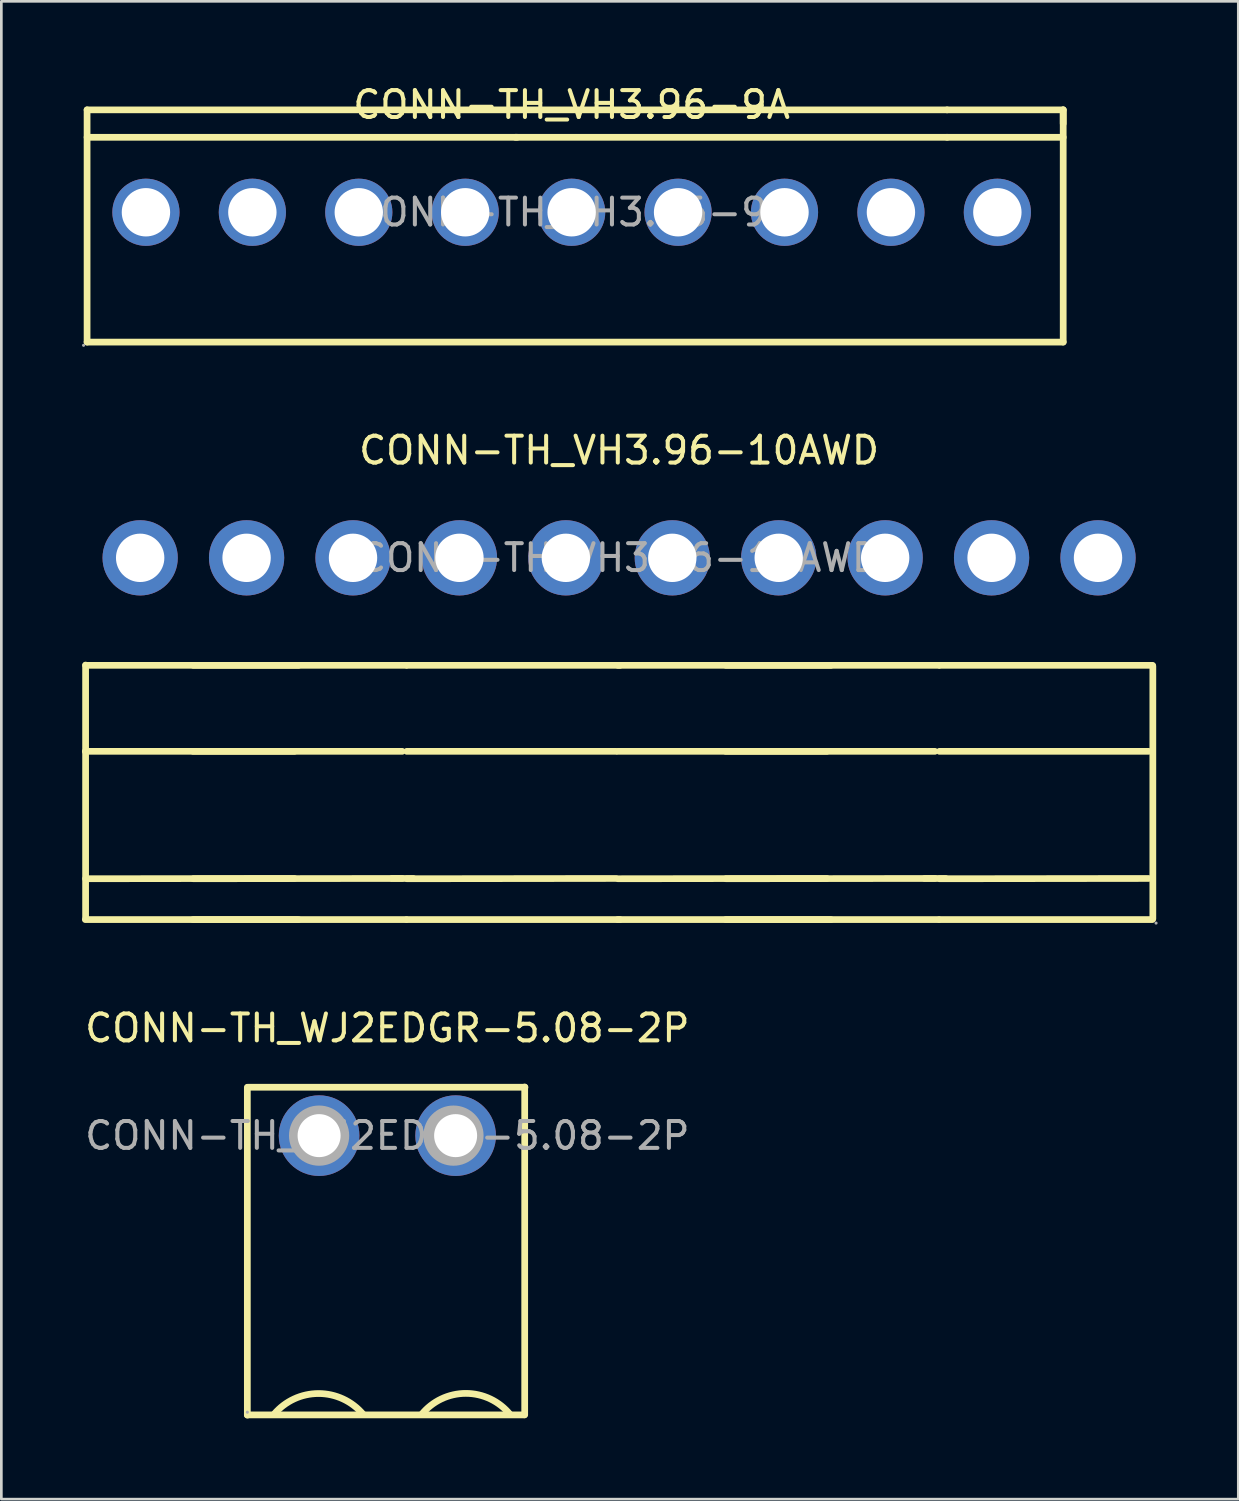
<source format=kicad_pcb>
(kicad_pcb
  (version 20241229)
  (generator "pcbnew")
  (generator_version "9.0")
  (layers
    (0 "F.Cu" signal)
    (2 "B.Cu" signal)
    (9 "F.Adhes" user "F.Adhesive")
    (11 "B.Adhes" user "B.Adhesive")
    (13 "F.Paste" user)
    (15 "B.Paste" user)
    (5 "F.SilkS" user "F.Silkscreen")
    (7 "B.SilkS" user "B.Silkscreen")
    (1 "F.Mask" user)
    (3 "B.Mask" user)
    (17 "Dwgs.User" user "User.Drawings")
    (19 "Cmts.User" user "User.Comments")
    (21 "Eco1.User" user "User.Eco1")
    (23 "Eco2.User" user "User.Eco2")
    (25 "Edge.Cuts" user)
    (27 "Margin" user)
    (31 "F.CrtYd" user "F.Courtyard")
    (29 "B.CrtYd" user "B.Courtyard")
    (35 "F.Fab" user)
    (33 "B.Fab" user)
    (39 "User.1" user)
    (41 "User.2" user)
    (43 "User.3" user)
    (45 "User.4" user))
  (footprint "CONN-TH_VH3.96-10AWD"
    (layer "F.Cu")
    (at 19.985 17.706)
    (property "Reference" "CONN-TH_VH3.96-10AWD" (at 0 -4 0) (layer "F.SilkS") (effects (font (size 1 1) (thickness 0.15))))
    (attr through_hole)
    (fp_line (start -19.86 13.46) (end -11.93 13.46) (stroke (width 0.25) (type solid)) (layer "F.SilkS"))
    (fp_line (start -19.85 13.39) (end -19.85 3.99) (stroke (width 0.25) (type solid)) (layer "F.SilkS"))
    (fp_line (start -15.85 13.46) (end -7.92 13.46) (stroke (width 0.25) (type solid)) (layer "F.SilkS"))
    (fp_line (start -12.08 7.2) (end -19.86 7.2) (stroke (width 0.25) (type solid)) (layer "F.SilkS"))
    (fp_line (start -12.08 11.93) (end -19.85 11.94) (stroke (width 0.25) (type solid)) (layer "F.SilkS"))
    (fp_line (start -11.93 4) (end -19.85 4) (stroke (width 0.25) (type solid)) (layer "F.SilkS"))
    (fp_line (start -8.45 11.93) (end -7.66 11.93) (stroke (width 0.25) (type solid)) (layer "F.SilkS"))
    (fp_line (start -8.07 7.2) (end -15.85 7.2) (stroke (width 0.25) (type solid)) (layer "F.SilkS"))
    (fp_line (start -8.07 11.93) (end -15.84 11.94) (stroke (width 0.25) (type solid)) (layer "F.SilkS"))
    (fp_line (start -7.92 4) (end -15.84 4) (stroke (width 0.25) (type solid)) (layer "F.SilkS"))
    (fp_line (start -7.9 13.46) (end 0.03 13.46) (stroke (width 0.25) (type solid)) (layer "F.SilkS"))
    (fp_line (start -0.12 7.2) (end -7.9 7.2) (stroke (width 0.25) (type solid)) (layer "F.SilkS"))
    (fp_line (start -0.12 11.93) (end -7.89 11.94) (stroke (width 0.25) (type solid)) (layer "F.SilkS"))
    (fp_line (start -0.05 13.46) (end 7.88 13.46) (stroke (width 0.25) (type solid)) (layer "F.SilkS"))
    (fp_line (start 0.03 4) (end -7.89 4) (stroke (width 0.25) (type solid)) (layer "F.SilkS"))
    (fp_line (start 3.97 13.46) (end 11.89 13.46) (stroke (width 0.25) (type solid)) (layer "F.SilkS"))
    (fp_line (start 7.73 7.2) (end -0.05 7.2) (stroke (width 0.25) (type solid)) (layer "F.SilkS"))
    (fp_line (start 7.73 11.93) (end -0.04 11.94) (stroke (width 0.25) (type solid)) (layer "F.SilkS"))
    (fp_line (start 7.88 4) (end -0.04 4) (stroke (width 0.25) (type solid)) (layer "F.SilkS"))
    (fp_line (start 11.37 11.93) (end 12.15 11.93) (stroke (width 0.25) (type solid)) (layer "F.SilkS"))
    (fp_line (start 11.75 7.2) (end 3.97 7.2) (stroke (width 0.25) (type solid)) (layer "F.SilkS"))
    (fp_line (start 11.75 11.93) (end 3.98 11.94) (stroke (width 0.25) (type solid)) (layer "F.SilkS"))
    (fp_line (start 11.9 4) (end 3.98 4) (stroke (width 0.25) (type solid)) (layer "F.SilkS"))
    (fp_line (start 11.92 13.46) (end 19.84 13.46) (stroke (width 0.25) (type solid)) (layer "F.SilkS"))
    (fp_line (start 19.7 7.2) (end 11.92 7.2) (stroke (width 0.25) (type solid)) (layer "F.SilkS"))
    (fp_line (start 19.7 11.93) (end 11.93 11.94) (stroke (width 0.25) (type solid)) (layer "F.SilkS"))
    (fp_line (start 19.85 4) (end 11.93 4) (stroke (width 0.25) (type solid)) (layer "F.SilkS"))
    (fp_line (start 19.86 13.43) (end 19.86 4.03) (stroke (width 0.25) (type solid)) (layer "F.SilkS"))
    (fp_circle (center -17.82 0) (end -17.42 0) (stroke (width 0.8) (type solid)) (fill no) (layer "F.Fab"))
    (fp_circle (center -13.86 0) (end -13.46 0) (stroke (width 0.8) (type solid)) (fill no) (layer "F.Fab"))
    (fp_circle (center -9.9 0) (end -9.5 0) (stroke (width 0.8) (type solid)) (fill no) (layer "F.Fab"))
    (fp_circle (center -5.94 0) (end -5.54 0) (stroke (width 0.8) (type solid)) (fill no) (layer "F.Fab"))
    (fp_circle (center -1.98 0) (end -1.58 0) (stroke (width 0.8) (type solid)) (fill no) (layer "F.Fab"))
    (fp_circle (center 1.98 0) (end 2.38 0) (stroke (width 0.8) (type solid)) (fill no) (layer "F.Fab"))
    (fp_circle (center 5.94 0) (end 6.34 0) (stroke (width 0.8) (type solid)) (fill no) (layer "F.Fab"))
    (fp_circle (center 9.9 0) (end 10.3 0) (stroke (width 0.8) (type solid)) (fill no) (layer "F.Fab"))
    (fp_circle (center 13.86 0) (end 14.26 0) (stroke (width 0.8) (type solid)) (fill no) (layer "F.Fab"))
    (fp_circle (center 17.82 0) (end 18.22 0) (stroke (width 0.8) (type solid)) (fill no) (layer "F.Fab"))
    (fp_circle (center 19.98 13.59) (end 20.01 13.59) (stroke (width 0.06) (type solid)) (fill no) (layer "F.Fab"))
    (fp_text user "${REFERENCE}" (at 0 0 0) (layer "F.Fab") (effects (font (size 1 1) (thickness 0.15))))
    (pad "1" thru_hole circle (at 17.82 0 180) (size 2.8 2.8) (drill 1.8) (layers "*.Cu" "*.Paste" "*.Mask"))
    (pad "2" thru_hole circle (at 13.86 0 180) (size 2.8 2.8) (drill 1.8) (layers "*.Cu" "*.Paste" "*.Mask"))
    (pad "3" thru_hole circle (at 9.9 0 180) (size 2.8 2.8) (drill 1.8) (layers "*.Cu" "*.Paste" "*.Mask"))
    (pad "4" thru_hole circle (at 5.94 0 180) (size 2.8 2.8) (drill 1.8) (layers "*.Cu" "*.Paste" "*.Mask"))
    (pad "5" thru_hole circle (at 1.98 0 180) (size 2.8 2.8) (drill 1.8) (layers "*.Cu" "*.Paste" "*.Mask"))
    (pad "6" thru_hole circle (at -1.98 0 180) (size 2.8 2.8) (drill 1.8) (layers "*.Cu" "*.Paste" "*.Mask"))
    (pad "7" thru_hole circle (at -5.94 0 180) (size 2.8 2.8) (drill 1.8) (layers "*.Cu" "*.Paste" "*.Mask"))
    (pad "8" thru_hole circle (at -9.9 0 180) (size 2.8 2.8) (drill 1.8) (layers "*.Cu" "*.Paste" "*.Mask"))
    (pad "9" thru_hole circle (at -13.86 0 180) (size 2.8 2.8) (drill 1.8) (layers "*.Cu" "*.Paste" "*.Mask"))
    (pad "10" thru_hole circle (at -17.82 0 180) (size 2.8 2.8) (drill 1.8) (layers "*.Cu" "*.Paste" "*.Mask")))
  (footprint "CONN-TH_WJ2EDGR-5.08-2P"
    (layer "F.Cu")
    (at 11.363 39.205)
    (property "Reference" "CONN-TH_WJ2EDGR-5.08-2P" (at 0 -4 0) (layer "F.SilkS") (effects (font (size 1 1) (thickness 0.15))))
    (attr through_hole)
    (fp_line (start -5.21 -1.8) (end -5.21 10.4) (stroke (width 0.25) (type solid)) (layer "F.SilkS"))
    (fp_line (start -5.21 10.39) (end 5.09 10.39) (stroke (width 0.25) (type solid)) (layer "F.SilkS"))
    (fp_line (start -5.18 -1.8) (end 5.12 -1.8) (stroke (width 0.25) (type solid)) (layer "F.SilkS"))
    (fp_line (start 5.11 -1.81) (end 5.11 10.39) (stroke (width 0.25) (type solid)) (layer "F.SilkS"))
    (fp_arc (start -4.210689 10.360812) (mid -2.560532 9.596091) (end -0.91 10.36) (stroke (width 0.25) (type solid)) (layer "F.SilkS"))
    (fp_arc (start 1.271119 10.378614) (mid 2.920891 9.590709) (end 4.57 10.38) (stroke (width 0.25) (type solid)) (layer "F.SilkS"))
    (fp_circle (center -5.21 10.29) (end -5.18 10.29) (stroke (width 0.06) (type solid)) (fill no) (layer "F.Fab"))
    (fp_circle (center -2.54 0) (end -2.17 0) (stroke (width 0.75) (type solid)) (fill no) (layer "F.Fab"))
    (fp_circle (center 2.46 0) (end 2.83 0) (stroke (width 0.75) (type solid)) (fill no) (layer "F.Fab"))
    (fp_text user "${REFERENCE}" (at 0 0 0) (layer "F.Fab") (effects (font (size 1 1) (thickness 0.15))))
    (pad "1" thru_hole circle (at -2.54 0) (size 3 3) (drill 1.6) (layers "*.Cu" "*.Paste" "*.Mask"))
    (pad "2" thru_hole circle (at 2.54 0) (size 3 3) (drill 1.6) (layers "*.Cu" "*.Paste" "*.Mask")))
  (footprint "CONN-TH_VH3.96-9A"
    (layer "F.Cu")
    (at 18.22 4.848)
    (property "Reference" "CONN-TH_VH3.96-9A" (at 0 -4 0) (layer "F.SilkS") (effects (font (size 1 1) (thickness 0.15))))
    (attr through_hole)
    (fp_line (start -18.03 -2.79) (end -2.03 -2.79) (stroke (width 0.25) (type solid)) (layer "F.SilkS"))
    (fp_line (start -18.03 4.83) (end -18.03 -3.81) (stroke (width 0.25) (type solid)) (layer "F.SilkS"))
    (fp_line (start -2.09 -2.79) (end 13.97 -2.79) (stroke (width 0.25) (type solid)) (layer "F.SilkS"))
    (fp_line (start 13.97 -3.81) (end -18.03 -3.81) (stroke (width 0.25) (type solid)) (layer "F.SilkS"))
    (fp_line (start 13.97 -3.81) (end 18.29 -3.81) (stroke (width 0.25) (type solid)) (layer "F.SilkS"))
    (fp_line (start 13.97 -2.79) (end 18.29 -2.79) (stroke (width 0.25) (type solid)) (layer "F.SilkS"))
    (fp_line (start 18.29 -3.81) (end 18.29 -3.3) (stroke (width 0.25) (type solid)) (layer "F.SilkS"))
    (fp_line (start 18.29 4.83) (end -18.03 4.83) (stroke (width 0.25) (type solid)) (layer "F.SilkS"))
    (fp_line (start 18.29 4.83) (end 18.29 -3.81) (stroke (width 0.25) (type solid)) (layer "F.SilkS"))
    (fp_circle (center -18.16 4.95) (end -18.13 4.95) (stroke (width 0.06) (type solid)) (fill no) (layer "F.Fab"))
    (fp_circle (center -15.84 0) (end -15.44 0) (stroke (width 0.8) (type solid)) (fill no) (layer "F.Fab"))
    (fp_circle (center -11.88 0) (end -11.48 0) (stroke (width 0.8) (type solid)) (fill no) (layer "F.Fab"))
    (fp_circle (center -7.92 0) (end -7.52 0) (stroke (width 0.8) (type solid)) (fill no) (layer "F.Fab"))
    (fp_circle (center -3.96 0) (end -3.56 0) (stroke (width 0.8) (type solid)) (fill no) (layer "F.Fab"))
    (fp_circle (center 0 0) (end 0.4 0) (stroke (width 0.8) (type solid)) (fill no) (layer "F.Fab"))
    (fp_circle (center 3.96 0) (end 4.36 0) (stroke (width 0.8) (type solid)) (fill no) (layer "F.Fab"))
    (fp_circle (center 7.92 0) (end 8.32 0) (stroke (width 0.8) (type solid)) (fill no) (layer "F.Fab"))
    (fp_circle (center 11.88 0) (end 12.28 0) (stroke (width 0.8) (type solid)) (fill no) (layer "F.Fab"))
    (fp_circle (center 15.84 0) (end 16.24 0) (stroke (width 0.8) (type solid)) (fill no) (layer "F.Fab"))
    (fp_text user "${REFERENCE}" (at 0 0 0) (layer "F.Fab") (effects (font (size 1 1) (thickness 0.15))))
    (pad "1" thru_hole circle (at -15.84 0) (size 2.5 2.5) (drill 1.8) (layers "*.Cu" "*.Paste" "*.Mask"))
    (pad "2" thru_hole circle (at -11.88 0) (size 2.5 2.5) (drill 1.8) (layers "*.Cu" "*.Paste" "*.Mask"))
    (pad "3" thru_hole circle (at -7.92 0) (size 2.5 2.5) (drill 1.8) (layers "*.Cu" "*.Paste" "*.Mask"))
    (pad "4" thru_hole circle (at -3.96 0) (size 2.5 2.5) (drill 1.8) (layers "*.Cu" "*.Paste" "*.Mask"))
    (pad "5" thru_hole circle (at 0 0) (size 2.5 2.5) (drill 1.8) (layers "*.Cu" "*.Paste" "*.Mask"))
    (pad "6" thru_hole circle (at 3.96 0) (size 2.5 2.5) (drill 1.8) (layers "*.Cu" "*.Paste" "*.Mask"))
    (pad "7" thru_hole circle (at 7.92 0) (size 2.5 2.5) (drill 1.8) (layers "*.Cu" "*.Paste" "*.Mask"))
    (pad "8" thru_hole circle (at 11.88 0) (size 2.5 2.5) (drill 1.8) (layers "*.Cu" "*.Paste" "*.Mask"))
    (pad "9" thru_hole circle (at 15.84 0) (size 2.5 2.5) (drill 1.8) (layers "*.Cu" "*.Paste" "*.Mask")))
  (gr_rect
    (start -3 -3)
    (end 43.025 52.73)
    (stroke (width 0.1) (type default))
    (fill no)
    (layer "Edge.Cuts")))
</source>
